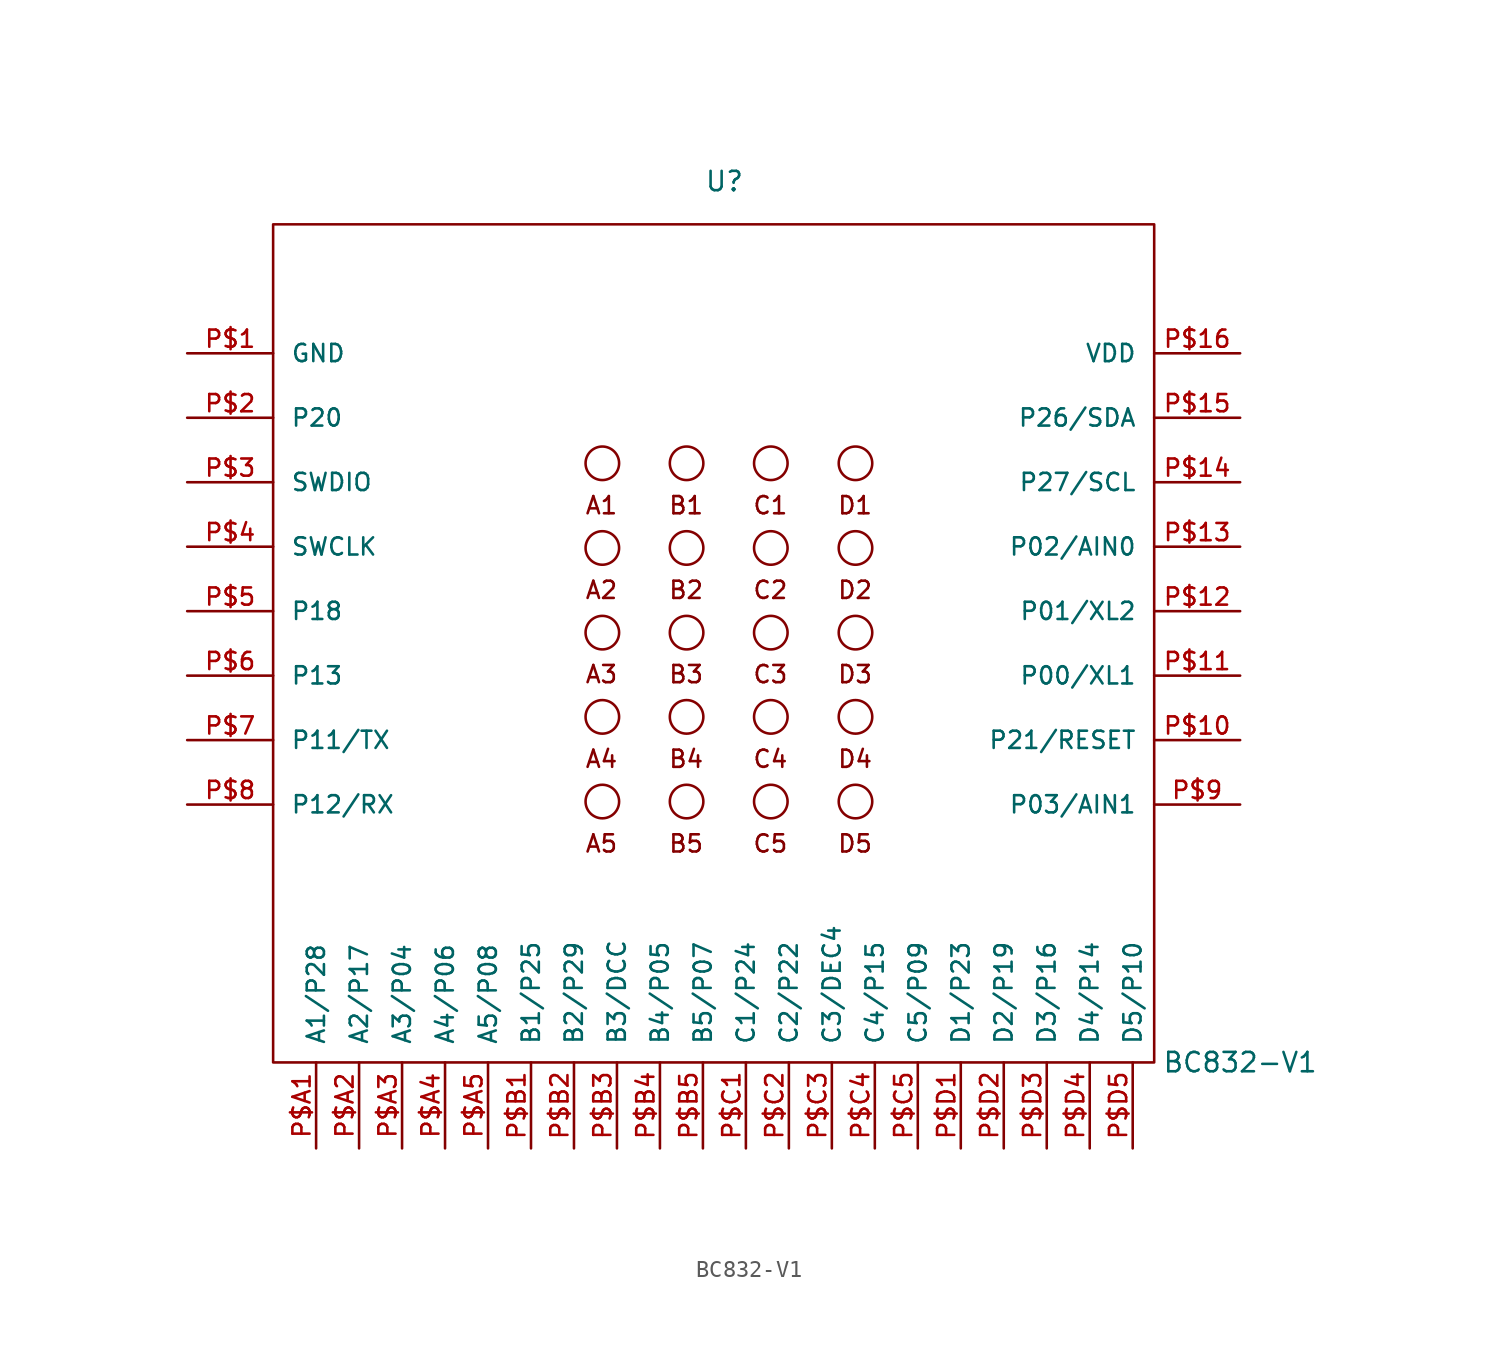
<source format=kicad_sym>
(kicad_symbol_lib
  (version 20220914)
  (generator kicad_symbol_editor)
  (symbol "BC832-V1"
    (pin_names
      (offset 1.016))
    (property "Reference" "U"
      (at 0 29.21 0)
      (effects (font (size 1.143 1.143))))
    (property "Value" "BC832-V1"
      (at 30.48 -22.86 0)
      (effects (font (size 1.143 1.143))))
    (property "ki_locked" ""
      (at 0 0 0)
      (effects (font (size 1.27 1.27))))
    (symbol "BC832-V1_0_1"
      (rectangle (start -26.67 26.67) (end 25.4 -22.86) (stroke (width 0) (type solid)) (fill (type none))))
    (symbol "BC832-V1_1_0"
      (text "A1" (at -7.264 10.058 0) (effects (font (size 1.016 1.016))))
      (text "A2" (at -7.264 5.055 0) (effects (font (size 1.016 1.016))))
      (text "A3" (at -7.264 0.076 0) (effects (font (size 1.016 1.016))))
      (text "A4" (at -7.264 -4.928 0) (effects (font (size 1.016 1.016))))
      (text "A5" (at -7.264 -9.931 0) (effects (font (size 1.016 1.016))))
      (text "B1" (at -2.261 10.058 0) (effects (font (size 1.016 1.016))))
      (text "B2" (at -2.261 5.055 0) (effects (font (size 1.016 1.016))))
      (text "B3" (at -2.261 0.076 0) (effects (font (size 1.016 1.016))))
      (text "B4" (at -2.261 -4.928 0) (effects (font (size 1.016 1.016))))
      (text "B5" (at -2.261 -9.931 0) (effects (font (size 1.016 1.016))))
      (text "C1" (at 2.718 10.058 0) (effects (font (size 1.016 1.016))))
      (text "C2" (at 2.718 5.055 0) (effects (font (size 1.016 1.016))))
      (text "C3" (at 2.718 0.076 0) (effects (font (size 1.016 1.016))))
      (text "C4" (at 2.718 -4.928 0) (effects (font (size 1.016 1.016))))
      (text "C5" (at 2.718 -9.931 0) (effects (font (size 1.016 1.016))))
      (text "D1" (at 7.722 10.058 0) (effects (font (size 1.016 1.016))))
      (text "D2" (at 7.722 5.055 0) (effects (font (size 1.016 1.016))))
      (text "D3" (at 7.722 0.076 0) (effects (font (size 1.016 1.016))))
      (text "D4" (at 7.722 -4.928 0) (effects (font (size 1.016 1.016))))
      (text "D5" (at 7.722 -9.931 0) (effects (font (size 1.016 1.016)))))
    (symbol "BC832-V1_1_1"
      (circle (center -7.214 -7.442) (radius 0.991) (stroke (width 0) (type solid)) (fill (type none)))
      (circle (center -7.214 -2.438) (radius 0.991) (stroke (width 0) (type solid)) (fill (type none)))
      (circle (center -7.214 2.54) (radius 0.991) (stroke (width 0) (type solid)) (fill (type none)))
      (circle (center -7.214 7.544) (radius 0.991) (stroke (width 0) (type solid)) (fill (type none)))
      (circle (center -7.214 12.548) (radius 0.991) (stroke (width 0) (type solid)) (fill (type none)))
      (circle (center -2.235 -7.442) (radius 0.991) (stroke (width 0) (type solid)) (fill (type none)))
      (circle (center -2.235 -2.438) (radius 0.991) (stroke (width 0) (type solid)) (fill (type none)))
      (circle (center -2.235 2.54) (radius 0.991) (stroke (width 0) (type solid)) (fill (type none)))
      (circle (center -2.235 7.544) (radius 0.991) (stroke (width 0) (type solid)) (fill (type none)))
      (circle (center -2.235 12.548) (radius 0.991) (stroke (width 0) (type solid)) (fill (type none)))
      (circle (center 2.743 -7.442) (radius 0.991) (stroke (width 0) (type solid)) (fill (type none)))
      (circle (center 2.743 -2.438) (radius 0.991) (stroke (width 0) (type solid)) (fill (type none)))
      (circle (center 2.743 2.54) (radius 0.991) (stroke (width 0) (type solid)) (fill (type none)))
      (circle (center 2.743 7.544) (radius 0.991) (stroke (width 0) (type solid)) (fill (type none)))
      (circle (center 2.743 12.548) (radius 0.991) (stroke (width 0) (type solid)) (fill (type none)))
      (circle (center 7.747 -7.442) (radius 0.991) (stroke (width 0) (type solid)) (fill (type none)))
      (circle (center 7.747 -2.438) (radius 0.991) (stroke (width 0) (type solid)) (fill (type none)))
      (circle (center 7.747 2.54) (radius 0.991) (stroke (width 0) (type solid)) (fill (type none)))
      (circle (center 7.747 7.544) (radius 0.991) (stroke (width 0) (type solid)) (fill (type none)))
      (circle (center 7.747 12.548) (radius 0.991) (stroke (width 0) (type solid)) (fill (type none)))
      (pin bidirectional line (at -31.75 19.05 0) (length 5.08) (name "GND" (effects (font (size 1.016 1.016)))) (number "P$1" (effects (font (size 1.016 1.016)))))
      (pin bidirectional line (at 30.48 -3.81 180) (length 5.08) (name "P21/RESET" (effects (font (size 1.016 1.016)))) (number "P$10" (effects (font (size 1.016 1.016)))))
      (pin bidirectional line (at 30.48 0 180) (length 5.08) (name "P00/XL1" (effects (font (size 1.016 1.016)))) (number "P$11" (effects (font (size 1.016 1.016)))))
      (pin bidirectional line (at 30.48 3.81 180) (length 5.08) (name "P01/XL2" (effects (font (size 1.016 1.016)))) (number "P$12" (effects (font (size 1.016 1.016)))))
      (pin bidirectional line (at 30.48 7.62 180) (length 5.08) (name "P02/AIN0" (effects (font (size 1.016 1.016)))) (number "P$13" (effects (font (size 1.016 1.016)))))
      (pin bidirectional line (at 30.48 11.43 180) (length 5.08) (name "P27/SCL" (effects (font (size 1.016 1.016)))) (number "P$14" (effects (font (size 1.016 1.016)))))
      (pin bidirectional line (at 30.48 15.24 180) (length 5.08) (name "P26/SDA" (effects (font (size 1.016 1.016)))) (number "P$15" (effects (font (size 1.016 1.016)))))
      (pin bidirectional line (at 30.48 19.05 180) (length 5.08) (name "VDD" (effects (font (size 1.016 1.016)))) (number "P$16" (effects (font (size 1.016 1.016)))))
      (pin bidirectional line (at -31.75 15.24 0) (length 5.08) (name "P20" (effects (font (size 1.016 1.016)))) (number "P$2" (effects (font (size 1.016 1.016)))))
      (pin bidirectional line (at -31.75 11.43 0) (length 5.08) (name "SWDIO" (effects (font (size 1.016 1.016)))) (number "P$3" (effects (font (size 1.016 1.016)))))
      (pin bidirectional line (at -31.75 7.62 0) (length 5.08) (name "SWCLK" (effects (font (size 1.016 1.016)))) (number "P$4" (effects (font (size 1.016 1.016)))))
      (pin bidirectional line (at -31.75 3.81 0) (length 5.08) (name "P18" (effects (font (size 1.016 1.016)))) (number "P$5" (effects (font (size 1.016 1.016)))))
      (pin bidirectional line (at -31.75 0 0) (length 5.08) (name "P13" (effects (font (size 1.016 1.016)))) (number "P$6" (effects (font (size 1.016 1.016)))))
      (pin bidirectional line (at -31.75 -3.81 0) (length 5.08) (name "P11/TX" (effects (font (size 1.016 1.016)))) (number "P$7" (effects (font (size 1.016 1.016)))))
      (pin bidirectional line (at -31.75 -7.62 0) (length 5.08) (name "P12/RX" (effects (font (size 1.016 1.016)))) (number "P$8" (effects (font (size 1.016 1.016)))))
      (pin bidirectional line (at 30.48 -7.62 180) (length 5.08) (name "P03/AIN1" (effects (font (size 1.016 1.016)))) (number "P$9" (effects (font (size 1.016 1.016)))))
      (pin bidirectional line (at -24.13 -27.94 90) (length 5.08) (name "A1/P28" (effects (font (size 1.016 1.016)))) (number "P$A1" (effects (font (size 1.016 1.016)))))
      (pin bidirectional line (at -21.59 -27.94 90) (length 5.08) (name "A2/P17" (effects (font (size 1.016 1.016)))) (number "P$A2" (effects (font (size 1.016 1.016)))))
      (pin bidirectional line (at -19.05 -27.94 90) (length 5.08) (name "A3/P04" (effects (font (size 1.016 1.016)))) (number "P$A3" (effects (font (size 1.016 1.016)))))
      (pin bidirectional line (at -16.51 -27.94 90) (length 5.08) (name "A4/P06" (effects (font (size 1.016 1.016)))) (number "P$A4" (effects (font (size 1.016 1.016)))))
      (pin bidirectional line (at -13.97 -27.94 90) (length 5.08) (name "A5/P08" (effects (font (size 1.016 1.016)))) (number "P$A5" (effects (font (size 1.016 1.016)))))
      (pin bidirectional line (at -11.43 -27.94 90) (length 5.08) (name "B1/P25" (effects (font (size 1.016 1.016)))) (number "P$B1" (effects (font (size 1.016 1.016)))))
      (pin bidirectional line (at -8.89 -27.94 90) (length 5.08) (name "B2/P29" (effects (font (size 1.016 1.016)))) (number "P$B2" (effects (font (size 1.016 1.016)))))
      (pin bidirectional line (at -6.35 -27.94 90) (length 5.08) (name "B3/DCC" (effects (font (size 1.016 1.016)))) (number "P$B3" (effects (font (size 1.016 1.016)))))
      (pin bidirectional line (at -3.81 -27.94 90) (length 5.08) (name "B4/P05" (effects (font (size 1.016 1.016)))) (number "P$B4" (effects (font (size 1.016 1.016)))))
      (pin bidirectional line (at -1.27 -27.94 90) (length 5.08) (name "B5/P07" (effects (font (size 1.016 1.016)))) (number "P$B5" (effects (font (size 1.016 1.016)))))
      (pin bidirectional line (at 1.27 -27.94 90) (length 5.08) (name "C1/P24" (effects (font (size 1.016 1.016)))) (number "P$C1" (effects (font (size 1.016 1.016)))))
      (pin bidirectional line (at 3.81 -27.94 90) (length 5.08) (name "C2/P22" (effects (font (size 1.016 1.016)))) (number "P$C2" (effects (font (size 1.016 1.016)))))
      (pin bidirectional line (at 6.35 -27.94 90) (length 5.08) (name "C3/DEC4" (effects (font (size 1.016 1.016)))) (number "P$C3" (effects (font (size 1.016 1.016)))))
      (pin bidirectional line (at 8.89 -27.94 90) (length 5.08) (name "C4/P15" (effects (font (size 1.016 1.016)))) (number "P$C4" (effects (font (size 1.016 1.016)))))
      (pin bidirectional line (at 11.43 -27.94 90) (length 5.08) (name "C5/P09" (effects (font (size 1.016 1.016)))) (number "P$C5" (effects (font (size 1.016 1.016)))))
      (pin bidirectional line (at 13.97 -27.94 90) (length 5.08) (name "D1/P23" (effects (font (size 1.016 1.016)))) (number "P$D1" (effects (font (size 1.016 1.016)))))
      (pin bidirectional line (at 16.51 -27.94 90) (length 5.08) (name "D2/P19" (effects (font (size 1.016 1.016)))) (number "P$D2" (effects (font (size 1.016 1.016)))))
      (pin bidirectional line (at 19.05 -27.94 90) (length 5.08) (name "D3/P16" (effects (font (size 1.016 1.016)))) (number "P$D3" (effects (font (size 1.016 1.016)))))
      (pin bidirectional line (at 21.59 -27.94 90) (length 5.08) (name "D4/P14" (effects (font (size 1.016 1.016)))) (number "P$D4" (effects (font (size 1.016 1.016)))))
      (pin bidirectional line (at 24.13 -27.94 90) (length 5.08) (name "D5/P10" (effects (font (size 1.016 1.016)))) (number "P$D5" (effects (font (size 1.016 1.016))))))))
</source>
